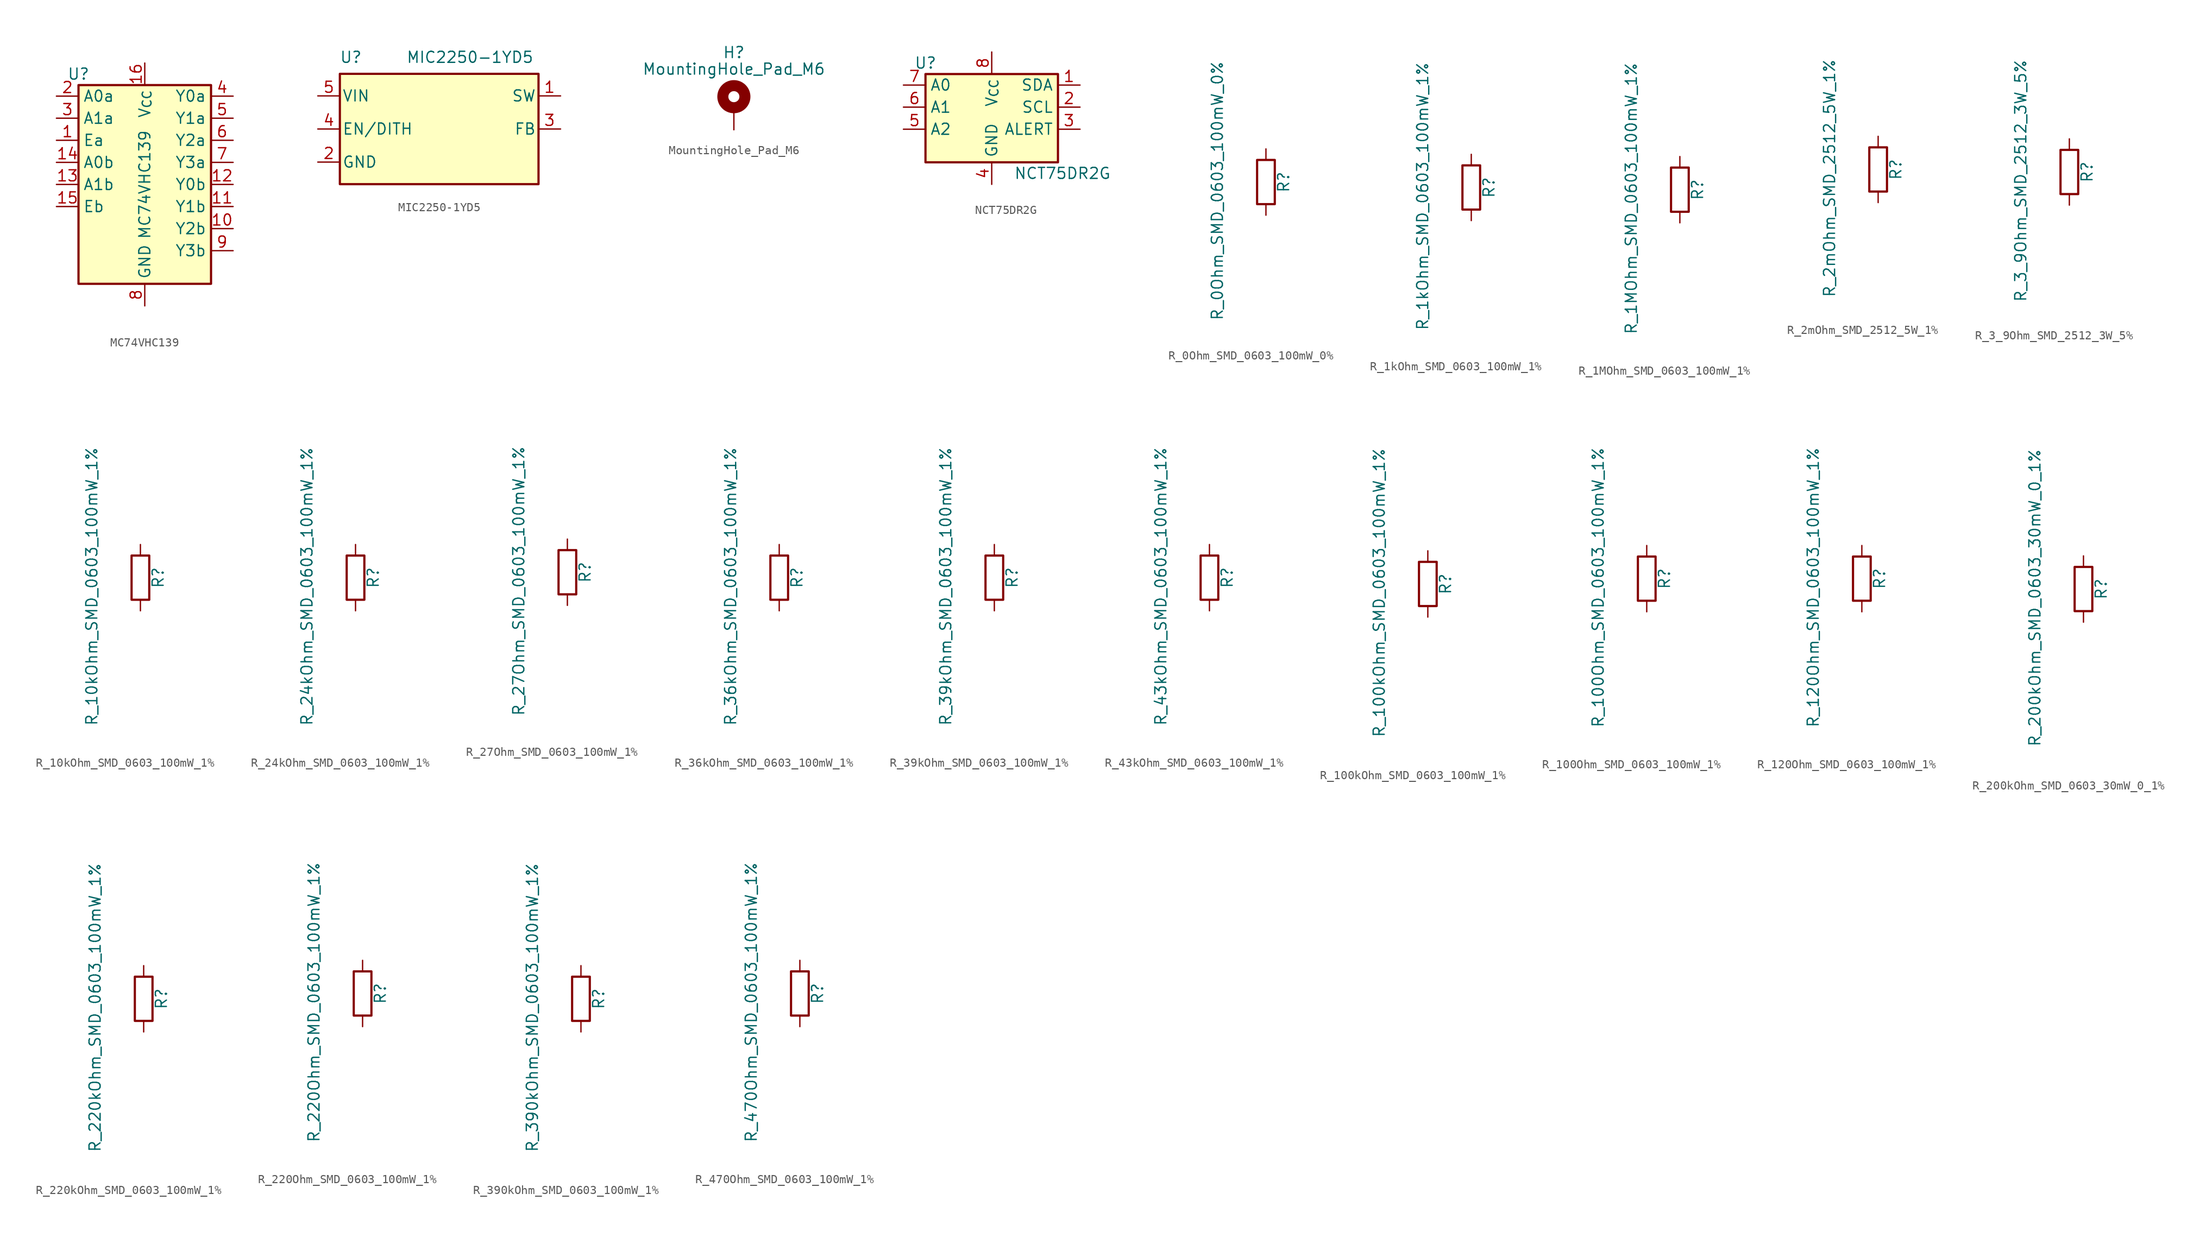
<source format=kicad_sym>
(kicad_symbol_lib
  (version 20220914)
  (generator kicad_symbol_editor)
  (symbol "MC74VHC139"
    (property "Reference" "U"
      (at -7.62 6.35 0)
      (effects (font (size 1.27 1.27))))
    (property "Value" "MC74VHC139"
      (at 0 -12.7 90)
      (effects (font (size 1.27 1.27)) (justify left)))
    (symbol "MC74VHC139_1_1"
      (rectangle (start -7.62 5.08) (end 7.62 -17.78) (stroke (width 0.254) (type default)) (fill (type background)))
      (pin input line (at -10.16 -1.27 0) (length 2.54) (name "Ea" (effects (font (size 1.27 1.27)))) (number "1" (effects (font (size 1.27 1.27)))))
      (pin output line (at 10.16 -11.43 180) (length 2.54) (name "Y2b" (effects (font (size 1.27 1.27)))) (number "10" (effects (font (size 1.27 1.27)))))
      (pin output line (at 10.16 -8.89 180) (length 2.54) (name "Y1b" (effects (font (size 1.27 1.27)))) (number "11" (effects (font (size 1.27 1.27)))))
      (pin output line (at 10.16 -6.35 180) (length 2.54) (name "Y0b" (effects (font (size 1.27 1.27)))) (number "12" (effects (font (size 1.27 1.27)))))
      (pin input line (at -10.16 -6.35 0) (length 2.54) (name "A1b" (effects (font (size 1.27 1.27)))) (number "13" (effects (font (size 1.27 1.27)))))
      (pin input line (at -10.16 -3.81 0) (length 2.54) (name "A0b" (effects (font (size 1.27 1.27)))) (number "14" (effects (font (size 1.27 1.27)))))
      (pin input line (at -10.16 -8.89 0) (length 2.54) (name "Eb" (effects (font (size 1.27 1.27)))) (number "15" (effects (font (size 1.27 1.27)))))
      (pin power_in line (at 0 7.62 270) (length 2.54) (name "V_{CC}" (effects (font (size 1.27 1.27)))) (number "16" (effects (font (size 1.27 1.27)))))
      (pin input line (at -10.16 3.81 0) (length 2.54) (name "A0a" (effects (font (size 1.27 1.27)))) (number "2" (effects (font (size 1.27 1.27)))))
      (pin input line (at -10.16 1.27 0) (length 2.54) (name "A1a" (effects (font (size 1.27 1.27)))) (number "3" (effects (font (size 1.27 1.27)))))
      (pin output line (at 10.16 3.81 180) (length 2.54) (name "Y0a" (effects (font (size 1.27 1.27)))) (number "4" (effects (font (size 1.27 1.27)))))
      (pin output line (at 10.16 1.27 180) (length 2.54) (name "Y1a" (effects (font (size 1.27 1.27)))) (number "5" (effects (font (size 1.27 1.27)))))
      (pin output line (at 10.16 -1.27 180) (length 2.54) (name "Y2a" (effects (font (size 1.27 1.27)))) (number "6" (effects (font (size 1.27 1.27)))))
      (pin output line (at 10.16 -3.81 180) (length 2.54) (name "Y3a" (effects (font (size 1.27 1.27)))) (number "7" (effects (font (size 1.27 1.27)))))
      (pin power_in line (at 0 -20.32 90) (length 2.54) (name "GND" (effects (font (size 1.27 1.27)))) (number "8" (effects (font (size 1.27 1.27)))))
      (pin output line (at 10.16 -13.97 180) (length 2.54) (name "Y3b" (effects (font (size 1.27 1.27)))) (number "9" (effects (font (size 1.27 1.27)))))))
  (symbol "MIC2250-1YD5"
    (pin_names
      (offset 0.254))
    (property "Reference" "U"
      (at -6.35 5.715 0)
      (effects (font (size 1.27 1.27))))
    (property "Value" "MIC2250-1YD5"
      (at 0 5.715 0)
      (effects (font (size 1.27 1.27)) (justify left)))
    (symbol "MIC2250-1YD5_0_1"
      (rectangle (start -7.62 3.81) (end 15.24 -8.89) (stroke (width 0.254) (type default)) (fill (type background))))
    (symbol "MIC2250-1YD5_1_1"
      (pin power_out line (at 17.78 1.27 180) (length 2.54) (name "SW" (effects (font (size 1.27 1.27)))) (number "1" (effects (font (size 1.27 1.27)))))
      (pin power_in line (at -10.16 -6.35 0) (length 2.54) (name "GND" (effects (font (size 1.27 1.27)))) (number "2" (effects (font (size 1.27 1.27)))))
      (pin power_out line (at 17.78 -2.54 180) (length 2.54) (name "FB" (effects (font (size 1.27 1.27)))) (number "3" (effects (font (size 1.27 1.27)))))
      (pin input line (at -10.16 -2.54 0) (length 2.54) (name "EN/DITH" (effects (font (size 1.27 1.27)))) (number "4" (effects (font (size 1.27 1.27)))))
      (pin power_in line (at -10.16 1.27 0) (length 2.54) (name "VIN" (effects (font (size 1.27 1.27)))) (number "5" (effects (font (size 1.27 1.27)))))))
  (symbol "MountingHole_Pad_M6"
    (pin_numbers hide)
    (pin_names
      (offset 1.016) hide)
    (property "Reference" "H"
      (at 0 6.35 0)
      (effects (font (size 1.27 1.27))))
    (property "Value" "MountingHole_Pad_M6"
      (at 0 4.445 0)
      (effects (font (size 1.27 1.27))))
    (symbol "MountingHole_Pad_M6_0_1"
      (circle (center 0 1.27) (radius 1.27) (stroke (width 1.27) (type default)) (fill (type none))))
    (symbol "MountingHole_Pad_M6_1_1"
      (pin input line (at 0 -2.54 90) (length 2.54) (name "1" (effects (font (size 1.27 1.27)))) (number "1" (effects (font (size 1.27 1.27)))))))
  (symbol "NCT75DR2G"
    (property "Reference" "U"
      (at -7.62 6.35 0)
      (effects (font (size 1.27 1.27))))
    (property "Value" "NCT75DR2G"
      (at 2.54 -6.35 0)
      (effects (font (size 1.27 1.27)) (justify left)))
    (symbol "NCT75DR2G_1_1"
      (rectangle (start -7.62 5.08) (end 7.62 -5.08) (stroke (width 0.254) (type default)) (fill (type background)))
      (pin bidirectional line (at 10.16 3.81 180) (length 2.54) (name "SDA" (effects (font (size 1.27 1.27)))) (number "1" (effects (font (size 1.27 1.27)))))
      (pin input line (at 10.16 1.27 180) (length 2.54) (name "SCL" (effects (font (size 1.27 1.27)))) (number "2" (effects (font (size 1.27 1.27)))))
      (pin input line (at 10.16 -1.27 180) (length 2.54) (name "ALERT" (effects (font (size 1.27 1.27)))) (number "3" (effects (font (size 1.27 1.27)))))
      (pin power_in line (at 0 -7.62 90) (length 2.54) (name "GND" (effects (font (size 1.27 1.27)))) (number "4" (effects (font (size 1.27 1.27)))))
      (pin input line (at -10.16 -1.27 0) (length 2.54) (name "A2" (effects (font (size 1.27 1.27)))) (number "5" (effects (font (size 1.27 1.27)))))
      (pin input line (at -10.16 1.27 0) (length 2.54) (name "A1" (effects (font (size 1.27 1.27)))) (number "6" (effects (font (size 1.27 1.27)))))
      (pin input line (at -10.16 3.81 0) (length 2.54) (name "A0" (effects (font (size 1.27 1.27)))) (number "7" (effects (font (size 1.27 1.27)))))
      (pin power_in line (at 0 7.62 270) (length 2.54) (name "V_{CC}" (effects (font (size 1.27 1.27)))) (number "8" (effects (font (size 1.27 1.27)))))))
  (symbol "R_0Ohm_SMD_0603_100mW_0%"
    (pin_numbers hide)
    (pin_names
      (offset 0))
    (property "Reference" "R"
      (at 2.032 0 90)
      (effects (font (size 1.27 1.27))))
    (property "Value" "R_0Ohm_SMD_0603_100mW_0%"
      (at -5.588 -1.016 90)
      (effects (font (size 1.27 1.27))))
    (symbol "R_0Ohm_SMD_0603_100mW_0%_0_1"
      (rectangle (start -1.016 -2.54) (end 1.016 2.54) (stroke (width 0.254) (type default)) (fill (type none))))
    (symbol "R_0Ohm_SMD_0603_100mW_0%_1_1"
      (pin passive line (at 0 3.81 270) (length 1.27) (name "~" (effects (font (size 1.27 1.27)))) (number "1" (effects (font (size 1.27 1.27)))))
      (pin passive line (at 0 -3.81 90) (length 1.27) (name "~" (effects (font (size 1.27 1.27)))) (number "2" (effects (font (size 1.27 1.27)))))))
  (symbol "R_1kOhm_SMD_0603_100mW_1%"
    (pin_numbers hide)
    (pin_names
      (offset 0))
    (property "Reference" "R"
      (at 2.032 0 90)
      (effects (font (size 1.27 1.27))))
    (property "Value" "R_1kOhm_SMD_0603_100mW_1%"
      (at -5.588 -1.016 90)
      (effects (font (size 1.27 1.27))))
    (symbol "R_1kOhm_SMD_0603_100mW_1%_0_1"
      (rectangle (start -1.016 -2.54) (end 1.016 2.54) (stroke (width 0.254) (type default)) (fill (type none))))
    (symbol "R_1kOhm_SMD_0603_100mW_1%_1_1"
      (pin passive line (at 0 3.81 270) (length 1.27) (name "~" (effects (font (size 1.27 1.27)))) (number "1" (effects (font (size 1.27 1.27)))))
      (pin passive line (at 0 -3.81 90) (length 1.27) (name "~" (effects (font (size 1.27 1.27)))) (number "2" (effects (font (size 1.27 1.27)))))))
  (symbol "R_1MOhm_SMD_0603_100mW_1%"
    (pin_numbers hide)
    (pin_names
      (offset 0))
    (property "Reference" "R"
      (at 2.032 0 90)
      (effects (font (size 1.27 1.27))))
    (property "Value" "R_1MOhm_SMD_0603_100mW_1%"
      (at -5.588 -1.016 90)
      (effects (font (size 1.27 1.27))))
    (symbol "R_1MOhm_SMD_0603_100mW_1%_0_1"
      (rectangle (start -1.016 -2.54) (end 1.016 2.54) (stroke (width 0.254) (type default)) (fill (type none))))
    (symbol "R_1MOhm_SMD_0603_100mW_1%_1_1"
      (pin passive line (at 0 3.81 270) (length 1.27) (name "~" (effects (font (size 1.27 1.27)))) (number "1" (effects (font (size 1.27 1.27)))))
      (pin passive line (at 0 -3.81 90) (length 1.27) (name "~" (effects (font (size 1.27 1.27)))) (number "2" (effects (font (size 1.27 1.27)))))))
  (symbol "R_2mOhm_SMD_2512_5W_1%"
    (pin_numbers hide)
    (pin_names
      (offset 0))
    (property "Reference" "R"
      (at 2.032 0 90)
      (effects (font (size 1.27 1.27))))
    (property "Value" "R_2mOhm_SMD_2512_5W_1%"
      (at -5.588 -1.016 90)
      (effects (font (size 1.27 1.27))))
    (symbol "R_2mOhm_SMD_2512_5W_1%_0_1"
      (rectangle (start -1.016 -2.54) (end 1.016 2.54) (stroke (width 0.254) (type default)) (fill (type none))))
    (symbol "R_2mOhm_SMD_2512_5W_1%_1_1"
      (pin passive line (at 0 3.81 270) (length 1.27) (name "~" (effects (font (size 1.27 1.27)))) (number "1" (effects (font (size 1.27 1.27)))))
      (pin passive line (at 0 -3.81 90) (length 1.27) (name "~" (effects (font (size 1.27 1.27)))) (number "2" (effects (font (size 1.27 1.27)))))))
  (symbol "R_3_9Ohm_SMD_2512_3W_5%"
    (pin_numbers hide)
    (pin_names
      (offset 0))
    (property "Reference" "R"
      (at 2.032 0 90)
      (effects (font (size 1.27 1.27))))
    (property "Value" "R_3_9Ohm_SMD_2512_3W_5%"
      (at -5.588 -1.016 90)
      (effects (font (size 1.27 1.27))))
    (symbol "R_3_9Ohm_SMD_2512_3W_5%_0_1"
      (rectangle (start -1.016 -2.54) (end 1.016 2.54) (stroke (width 0.254) (type default)) (fill (type none))))
    (symbol "R_3_9Ohm_SMD_2512_3W_5%_1_1"
      (pin passive line (at 0 3.81 270) (length 1.27) (name "~" (effects (font (size 1.27 1.27)))) (number "1" (effects (font (size 1.27 1.27)))))
      (pin passive line (at 0 -3.81 90) (length 1.27) (name "~" (effects (font (size 1.27 1.27)))) (number "2" (effects (font (size 1.27 1.27)))))))
  (symbol "R_10kOhm_SMD_0603_100mW_1%"
    (pin_numbers hide)
    (pin_names
      (offset 0))
    (property "Reference" "R"
      (at 2.032 0 90)
      (effects (font (size 1.27 1.27))))
    (property "Value" "R_10kOhm_SMD_0603_100mW_1%"
      (at -5.588 -1.016 90)
      (effects (font (size 1.27 1.27))))
    (symbol "R_10kOhm_SMD_0603_100mW_1%_0_1"
      (rectangle (start -1.016 -2.54) (end 1.016 2.54) (stroke (width 0.254) (type default)) (fill (type none))))
    (symbol "R_10kOhm_SMD_0603_100mW_1%_1_1"
      (pin passive line (at 0 3.81 270) (length 1.27) (name "~" (effects (font (size 1.27 1.27)))) (number "1" (effects (font (size 1.27 1.27)))))
      (pin passive line (at 0 -3.81 90) (length 1.27) (name "~" (effects (font (size 1.27 1.27)))) (number "2" (effects (font (size 1.27 1.27)))))))
  (symbol "R_24kOhm_SMD_0603_100mW_1%"
    (pin_numbers hide)
    (pin_names
      (offset 0))
    (property "Reference" "R"
      (at 2.032 0 90)
      (effects (font (size 1.27 1.27))))
    (property "Value" "R_24kOhm_SMD_0603_100mW_1%"
      (at -5.588 -1.016 90)
      (effects (font (size 1.27 1.27))))
    (symbol "R_24kOhm_SMD_0603_100mW_1%_0_1"
      (rectangle (start -1.016 -2.54) (end 1.016 2.54) (stroke (width 0.254) (type default)) (fill (type none))))
    (symbol "R_24kOhm_SMD_0603_100mW_1%_1_1"
      (pin passive line (at 0 3.81 270) (length 1.27) (name "~" (effects (font (size 1.27 1.27)))) (number "1" (effects (font (size 1.27 1.27)))))
      (pin passive line (at 0 -3.81 90) (length 1.27) (name "~" (effects (font (size 1.27 1.27)))) (number "2" (effects (font (size 1.27 1.27)))))))
  (symbol "R_27Ohm_SMD_0603_100mW_1%"
    (pin_numbers hide)
    (pin_names
      (offset 0))
    (property "Reference" "R"
      (at 2.032 0 90)
      (effects (font (size 1.27 1.27))))
    (property "Value" "R_27Ohm_SMD_0603_100mW_1%"
      (at -5.588 -1.016 90)
      (effects (font (size 1.27 1.27))))
    (symbol "R_27Ohm_SMD_0603_100mW_1%_0_1"
      (rectangle (start -1.016 -2.54) (end 1.016 2.54) (stroke (width 0.254) (type default)) (fill (type none))))
    (symbol "R_27Ohm_SMD_0603_100mW_1%_1_1"
      (pin passive line (at 0 3.81 270) (length 1.27) (name "~" (effects (font (size 1.27 1.27)))) (number "1" (effects (font (size 1.27 1.27)))))
      (pin passive line (at 0 -3.81 90) (length 1.27) (name "~" (effects (font (size 1.27 1.27)))) (number "2" (effects (font (size 1.27 1.27)))))))
  (symbol "R_36kOhm_SMD_0603_100mW_1%"
    (pin_numbers hide)
    (pin_names
      (offset 0))
    (property "Reference" "R"
      (at 2.032 0 90)
      (effects (font (size 1.27 1.27))))
    (property "Value" "R_36kOhm_SMD_0603_100mW_1%"
      (at -5.588 -1.016 90)
      (effects (font (size 1.27 1.27))))
    (symbol "R_36kOhm_SMD_0603_100mW_1%_0_1"
      (rectangle (start -1.016 -2.54) (end 1.016 2.54) (stroke (width 0.254) (type default)) (fill (type none))))
    (symbol "R_36kOhm_SMD_0603_100mW_1%_1_1"
      (pin passive line (at 0 3.81 270) (length 1.27) (name "~" (effects (font (size 1.27 1.27)))) (number "1" (effects (font (size 1.27 1.27)))))
      (pin passive line (at 0 -3.81 90) (length 1.27) (name "~" (effects (font (size 1.27 1.27)))) (number "2" (effects (font (size 1.27 1.27)))))))
  (symbol "R_39kOhm_SMD_0603_100mW_1%"
    (pin_numbers hide)
    (pin_names
      (offset 0))
    (property "Reference" "R"
      (at 2.032 0 90)
      (effects (font (size 1.27 1.27))))
    (property "Value" "R_39kOhm_SMD_0603_100mW_1%"
      (at -5.588 -1.016 90)
      (effects (font (size 1.27 1.27))))
    (symbol "R_39kOhm_SMD_0603_100mW_1%_0_1"
      (rectangle (start -1.016 -2.54) (end 1.016 2.54) (stroke (width 0.254) (type default)) (fill (type none))))
    (symbol "R_39kOhm_SMD_0603_100mW_1%_1_1"
      (pin passive line (at 0 3.81 270) (length 1.27) (name "~" (effects (font (size 1.27 1.27)))) (number "1" (effects (font (size 1.27 1.27)))))
      (pin passive line (at 0 -3.81 90) (length 1.27) (name "~" (effects (font (size 1.27 1.27)))) (number "2" (effects (font (size 1.27 1.27)))))))
  (symbol "R_43kOhm_SMD_0603_100mW_1%"
    (pin_numbers hide)
    (pin_names
      (offset 0))
    (property "Reference" "R"
      (at 2.032 0 90)
      (effects (font (size 1.27 1.27))))
    (property "Value" "R_43kOhm_SMD_0603_100mW_1%"
      (at -5.588 -1.016 90)
      (effects (font (size 1.27 1.27))))
    (symbol "R_43kOhm_SMD_0603_100mW_1%_0_1"
      (rectangle (start -1.016 -2.54) (end 1.016 2.54) (stroke (width 0.254) (type default)) (fill (type none))))
    (symbol "R_43kOhm_SMD_0603_100mW_1%_1_1"
      (pin passive line (at 0 3.81 270) (length 1.27) (name "~" (effects (font (size 1.27 1.27)))) (number "1" (effects (font (size 1.27 1.27)))))
      (pin passive line (at 0 -3.81 90) (length 1.27) (name "~" (effects (font (size 1.27 1.27)))) (number "2" (effects (font (size 1.27 1.27)))))))
  (symbol "R_100kOhm_SMD_0603_100mW_1%"
    (pin_numbers hide)
    (pin_names
      (offset 0))
    (property "Reference" "R"
      (at 2.032 0 90)
      (effects (font (size 1.27 1.27))))
    (property "Value" "R_100kOhm_SMD_0603_100mW_1%"
      (at -5.588 -1.016 90)
      (effects (font (size 1.27 1.27))))
    (symbol "R_100kOhm_SMD_0603_100mW_1%_0_1"
      (rectangle (start -1.016 -2.54) (end 1.016 2.54) (stroke (width 0.254) (type default)) (fill (type none))))
    (symbol "R_100kOhm_SMD_0603_100mW_1%_1_1"
      (pin passive line (at 0 3.81 270) (length 1.27) (name "~" (effects (font (size 1.27 1.27)))) (number "1" (effects (font (size 1.27 1.27)))))
      (pin passive line (at 0 -3.81 90) (length 1.27) (name "~" (effects (font (size 1.27 1.27)))) (number "2" (effects (font (size 1.27 1.27)))))))
  (symbol "R_100Ohm_SMD_0603_100mW_1%"
    (pin_numbers hide)
    (pin_names
      (offset 0))
    (property "Reference" "R"
      (at 2.032 0 90)
      (effects (font (size 1.27 1.27))))
    (property "Value" "R_100Ohm_SMD_0603_100mW_1%"
      (at -5.588 -1.016 90)
      (effects (font (size 1.27 1.27))))
    (symbol "R_100Ohm_SMD_0603_100mW_1%_0_1"
      (rectangle (start -1.016 -2.54) (end 1.016 2.54) (stroke (width 0.254) (type default)) (fill (type none))))
    (symbol "R_100Ohm_SMD_0603_100mW_1%_1_1"
      (pin passive line (at 0 3.81 270) (length 1.27) (name "~" (effects (font (size 1.27 1.27)))) (number "1" (effects (font (size 1.27 1.27)))))
      (pin passive line (at 0 -3.81 90) (length 1.27) (name "~" (effects (font (size 1.27 1.27)))) (number "2" (effects (font (size 1.27 1.27)))))))
  (symbol "R_120Ohm_SMD_0603_100mW_1%"
    (pin_numbers hide)
    (pin_names
      (offset 0))
    (property "Reference" "R"
      (at 2.032 0 90)
      (effects (font (size 1.27 1.27))))
    (property "Value" "R_120Ohm_SMD_0603_100mW_1%"
      (at -5.588 -1.016 90)
      (effects (font (size 1.27 1.27))))
    (symbol "R_120Ohm_SMD_0603_100mW_1%_0_1"
      (rectangle (start -1.016 -2.54) (end 1.016 2.54) (stroke (width 0.254) (type default)) (fill (type none))))
    (symbol "R_120Ohm_SMD_0603_100mW_1%_1_1"
      (pin passive line (at 0 3.81 270) (length 1.27) (name "~" (effects (font (size 1.27 1.27)))) (number "1" (effects (font (size 1.27 1.27)))))
      (pin passive line (at 0 -3.81 90) (length 1.27) (name "~" (effects (font (size 1.27 1.27)))) (number "2" (effects (font (size 1.27 1.27)))))))
  (symbol "R_200kOhm_SMD_0603_30mW_0_1%"
    (pin_numbers hide)
    (pin_names
      (offset 0))
    (property "Reference" "R"
      (at 2.032 0 90)
      (effects (font (size 1.27 1.27))))
    (property "Value" "R_200kOhm_SMD_0603_30mW_0_1%"
      (at -5.588 -1.016 90)
      (effects (font (size 1.27 1.27))))
    (symbol "R_200kOhm_SMD_0603_30mW_0_1%_0_1"
      (rectangle (start -1.016 -2.54) (end 1.016 2.54) (stroke (width 0.254) (type default)) (fill (type none))))
    (symbol "R_200kOhm_SMD_0603_30mW_0_1%_1_1"
      (pin passive line (at 0 3.81 270) (length 1.27) (name "~" (effects (font (size 1.27 1.27)))) (number "1" (effects (font (size 1.27 1.27)))))
      (pin passive line (at 0 -3.81 90) (length 1.27) (name "~" (effects (font (size 1.27 1.27)))) (number "2" (effects (font (size 1.27 1.27)))))))
  (symbol "R_220kOhm_SMD_0603_100mW_1%"
    (pin_numbers hide)
    (pin_names
      (offset 0))
    (property "Reference" "R"
      (at 2.032 0 90)
      (effects (font (size 1.27 1.27))))
    (property "Value" "R_220kOhm_SMD_0603_100mW_1%"
      (at -5.588 -1.016 90)
      (effects (font (size 1.27 1.27))))
    (symbol "R_220kOhm_SMD_0603_100mW_1%_0_1"
      (rectangle (start -1.016 -2.54) (end 1.016 2.54) (stroke (width 0.254) (type default)) (fill (type none))))
    (symbol "R_220kOhm_SMD_0603_100mW_1%_1_1"
      (pin passive line (at 0 3.81 270) (length 1.27) (name "~" (effects (font (size 1.27 1.27)))) (number "1" (effects (font (size 1.27 1.27)))))
      (pin passive line (at 0 -3.81 90) (length 1.27) (name "~" (effects (font (size 1.27 1.27)))) (number "2" (effects (font (size 1.27 1.27)))))))
  (symbol "R_220Ohm_SMD_0603_100mW_1%"
    (pin_numbers hide)
    (pin_names
      (offset 0))
    (property "Reference" "R"
      (at 2.032 0 90)
      (effects (font (size 1.27 1.27))))
    (property "Value" "R_220Ohm_SMD_0603_100mW_1%"
      (at -5.588 -1.016 90)
      (effects (font (size 1.27 1.27))))
    (symbol "R_220Ohm_SMD_0603_100mW_1%_0_1"
      (rectangle (start -1.016 -2.54) (end 1.016 2.54) (stroke (width 0.254) (type default)) (fill (type none))))
    (symbol "R_220Ohm_SMD_0603_100mW_1%_1_1"
      (pin passive line (at 0 3.81 270) (length 1.27) (name "~" (effects (font (size 1.27 1.27)))) (number "1" (effects (font (size 1.27 1.27)))))
      (pin passive line (at 0 -3.81 90) (length 1.27) (name "~" (effects (font (size 1.27 1.27)))) (number "2" (effects (font (size 1.27 1.27)))))))
  (symbol "R_390kOhm_SMD_0603_100mW_1%"
    (pin_numbers hide)
    (pin_names
      (offset 0))
    (property "Reference" "R"
      (at 2.032 0 90)
      (effects (font (size 1.27 1.27))))
    (property "Value" "R_390kOhm_SMD_0603_100mW_1%"
      (at -5.588 -1.016 90)
      (effects (font (size 1.27 1.27))))
    (symbol "R_390kOhm_SMD_0603_100mW_1%_0_1"
      (rectangle (start -1.016 -2.54) (end 1.016 2.54) (stroke (width 0.254) (type default)) (fill (type none))))
    (symbol "R_390kOhm_SMD_0603_100mW_1%_1_1"
      (pin passive line (at 0 3.81 270) (length 1.27) (name "~" (effects (font (size 1.27 1.27)))) (number "1" (effects (font (size 1.27 1.27)))))
      (pin passive line (at 0 -3.81 90) (length 1.27) (name "~" (effects (font (size 1.27 1.27)))) (number "2" (effects (font (size 1.27 1.27)))))))
  (symbol "R_470Ohm_SMD_0603_100mW_1%"
    (pin_numbers hide)
    (pin_names
      (offset 0))
    (property "Reference" "R"
      (at 2.032 0 90)
      (effects (font (size 1.27 1.27))))
    (property "Value" "R_470Ohm_SMD_0603_100mW_1%"
      (at -5.588 -1.016 90)
      (effects (font (size 1.27 1.27))))
    (symbol "R_470Ohm_SMD_0603_100mW_1%_0_1"
      (rectangle (start -1.016 -2.54) (end 1.016 2.54) (stroke (width 0.254) (type default)) (fill (type none))))
    (symbol "R_470Ohm_SMD_0603_100mW_1%_1_1"
      (pin passive line (at 0 3.81 270) (length 1.27) (name "~" (effects (font (size 1.27 1.27)))) (number "1" (effects (font (size 1.27 1.27)))))
      (pin passive line (at 0 -3.81 90) (length 1.27) (name "~" (effects (font (size 1.27 1.27)))) (number "2" (effects (font (size 1.27 1.27))))))))
</source>
